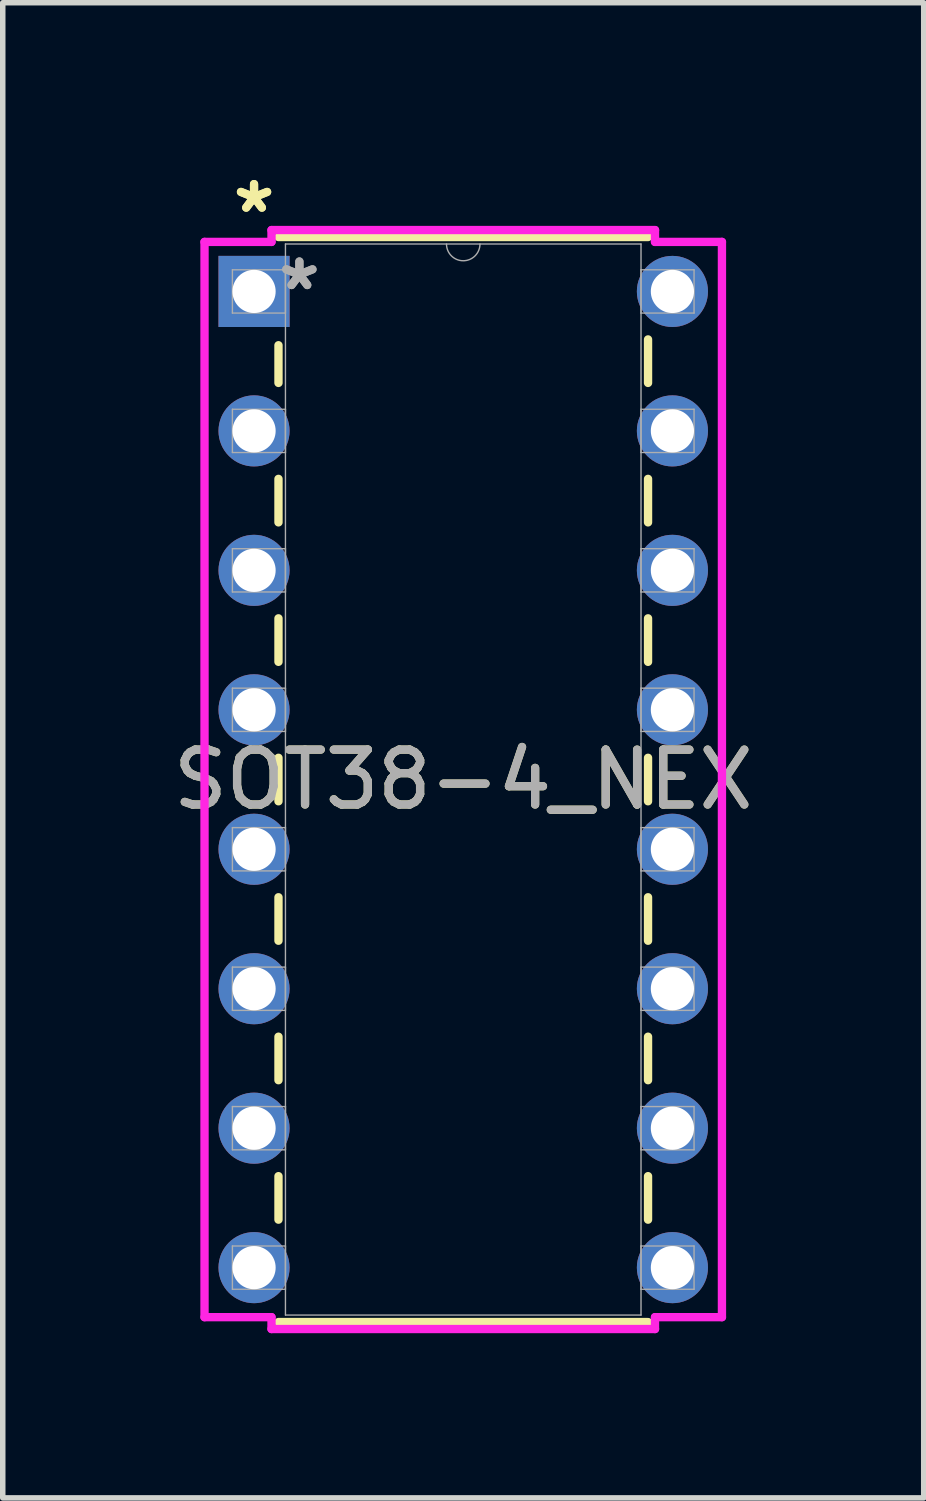
<source format=kicad_pcb>
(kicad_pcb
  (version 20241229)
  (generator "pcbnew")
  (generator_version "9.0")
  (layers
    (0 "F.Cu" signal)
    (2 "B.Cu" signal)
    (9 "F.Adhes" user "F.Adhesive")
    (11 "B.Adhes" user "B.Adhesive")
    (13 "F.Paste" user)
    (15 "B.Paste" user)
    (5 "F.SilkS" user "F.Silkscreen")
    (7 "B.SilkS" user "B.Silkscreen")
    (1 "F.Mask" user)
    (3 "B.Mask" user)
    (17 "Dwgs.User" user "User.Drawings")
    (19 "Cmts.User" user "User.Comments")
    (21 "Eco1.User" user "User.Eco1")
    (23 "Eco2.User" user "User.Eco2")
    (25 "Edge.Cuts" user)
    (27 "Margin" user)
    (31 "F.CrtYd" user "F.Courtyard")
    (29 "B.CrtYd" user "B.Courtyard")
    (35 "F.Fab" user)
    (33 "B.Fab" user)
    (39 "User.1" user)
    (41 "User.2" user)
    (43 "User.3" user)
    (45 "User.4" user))
  (footprint "SOT38-4_NEX"
    (layer "F.Cu")
    (at 1.577 2.258)
    (property "Reference" "SOT38-4_NEX" (at 3.81 8.89 0) (unlocked yes) (layer "F.SilkS") (effects (font (size 1 1) (thickness 0.15))))
    (attr through_hole)
    (fp_line (start 0.445 0.98) (end 0.445 1.666) (stroke (width 0.152) (type solid)) (layer "F.SilkS"))
    (fp_line (start 0.445 3.414) (end 0.445 4.206) (stroke (width 0.152) (type solid)) (layer "F.SilkS"))
    (fp_line (start 0.445 5.954) (end 0.445 6.746) (stroke (width 0.152) (type solid)) (layer "F.SilkS"))
    (fp_line (start 0.445 8.494) (end 0.445 9.286) (stroke (width 0.152) (type solid)) (layer "F.SilkS"))
    (fp_line (start 0.445 11.034) (end 0.445 11.826) (stroke (width 0.152) (type solid)) (layer "F.SilkS"))
    (fp_line (start 0.445 13.574) (end 0.445 14.366) (stroke (width 0.152) (type solid)) (layer "F.SilkS"))
    (fp_line (start 0.445 16.114) (end 0.445 16.906) (stroke (width 0.152) (type solid)) (layer "F.SilkS"))
    (fp_line (start 0.445 18.771) (end 7.176 18.771) (stroke (width 0.152) (type solid)) (layer "F.SilkS"))
    (fp_line (start 7.176 -0.991) (end 0.445 -0.991) (stroke (width 0.152) (type solid)) (layer "F.SilkS"))
    (fp_line (start 7.176 1.666) (end 7.176 0.874) (stroke (width 0.152) (type solid)) (layer "F.SilkS"))
    (fp_line (start 7.176 4.206) (end 7.176 3.414) (stroke (width 0.152) (type solid)) (layer "F.SilkS"))
    (fp_line (start 7.176 6.746) (end 7.176 5.954) (stroke (width 0.152) (type solid)) (layer "F.SilkS"))
    (fp_line (start 7.176 9.286) (end 7.176 8.494) (stroke (width 0.152) (type solid)) (layer "F.SilkS"))
    (fp_line (start 7.176 11.826) (end 7.176 11.034) (stroke (width 0.152) (type solid)) (layer "F.SilkS"))
    (fp_line (start 7.176 14.366) (end 7.176 13.574) (stroke (width 0.152) (type solid)) (layer "F.SilkS"))
    (fp_line (start 7.176 16.906) (end 7.176 16.114) (stroke (width 0.152) (type solid)) (layer "F.SilkS"))
    (fp_line (start -0.902 -0.902) (end 0.318 -0.902) (stroke (width 0.152) (type solid)) (layer "F.CrtYd"))
    (fp_line (start -0.902 18.682) (end -0.902 -0.902) (stroke (width 0.152) (type solid)) (layer "F.CrtYd"))
    (fp_line (start 0.318 -1.118) (end 7.303 -1.118) (stroke (width 0.152) (type solid)) (layer "F.CrtYd"))
    (fp_line (start 0.318 -0.902) (end 0.318 -1.118) (stroke (width 0.152) (type solid)) (layer "F.CrtYd"))
    (fp_line (start 0.318 18.682) (end -0.902 18.682) (stroke (width 0.152) (type solid)) (layer "F.CrtYd"))
    (fp_line (start 0.318 18.898) (end 0.318 18.682) (stroke (width 0.152) (type solid)) (layer "F.CrtYd"))
    (fp_line (start 7.303 -1.118) (end 7.303 -0.902) (stroke (width 0.152) (type solid)) (layer "F.CrtYd"))
    (fp_line (start 7.303 18.682) (end 7.303 18.898) (stroke (width 0.152) (type solid)) (layer "F.CrtYd"))
    (fp_line (start 7.303 18.898) (end 0.318 18.898) (stroke (width 0.152) (type solid)) (layer "F.CrtYd"))
    (fp_line (start 8.522 -0.902) (end 7.303 -0.902) (stroke (width 0.152) (type solid)) (layer "F.CrtYd"))
    (fp_line (start 8.522 -0.902) (end 8.522 18.682) (stroke (width 0.152) (type solid)) (layer "F.CrtYd"))
    (fp_line (start 8.522 18.682) (end 7.303 18.682) (stroke (width 0.152) (type solid)) (layer "F.CrtYd"))
    (fp_line (start -0.394 -0.394) (end -0.394 0.394) (stroke (width 0.025) (type solid)) (layer "F.Fab"))
    (fp_line (start -0.394 0.394) (end 0.572 0.394) (stroke (width 0.025) (type solid)) (layer "F.Fab"))
    (fp_line (start -0.394 2.146) (end -0.394 2.934) (stroke (width 0.025) (type solid)) (layer "F.Fab"))
    (fp_line (start -0.394 2.934) (end 0.572 2.934) (stroke (width 0.025) (type solid)) (layer "F.Fab"))
    (fp_line (start -0.394 4.686) (end -0.394 5.474) (stroke (width 0.025) (type solid)) (layer "F.Fab"))
    (fp_line (start -0.394 5.474) (end 0.572 5.474) (stroke (width 0.025) (type solid)) (layer "F.Fab"))
    (fp_line (start -0.394 7.226) (end -0.394 8.014) (stroke (width 0.025) (type solid)) (layer "F.Fab"))
    (fp_line (start -0.394 8.014) (end 0.572 8.014) (stroke (width 0.025) (type solid)) (layer "F.Fab"))
    (fp_line (start -0.394 9.766) (end -0.394 10.554) (stroke (width 0.025) (type solid)) (layer "F.Fab"))
    (fp_line (start -0.394 10.554) (end 0.572 10.554) (stroke (width 0.025) (type solid)) (layer "F.Fab"))
    (fp_line (start -0.394 12.306) (end -0.394 13.094) (stroke (width 0.025) (type solid)) (layer "F.Fab"))
    (fp_line (start -0.394 13.094) (end 0.572 13.094) (stroke (width 0.025) (type solid)) (layer "F.Fab"))
    (fp_line (start -0.394 14.846) (end -0.394 15.634) (stroke (width 0.025) (type solid)) (layer "F.Fab"))
    (fp_line (start -0.394 15.634) (end 0.572 15.634) (stroke (width 0.025) (type solid)) (layer "F.Fab"))
    (fp_line (start -0.394 17.386) (end -0.394 18.174) (stroke (width 0.025) (type solid)) (layer "F.Fab"))
    (fp_line (start -0.394 18.174) (end 0.572 18.174) (stroke (width 0.025) (type solid)) (layer "F.Fab"))
    (fp_line (start 0.572 -0.864) (end 0.572 18.644) (stroke (width 0.025) (type solid)) (layer "F.Fab"))
    (fp_line (start 0.572 -0.394) (end -0.394 -0.394) (stroke (width 0.025) (type solid)) (layer "F.Fab"))
    (fp_line (start 0.572 0.394) (end 0.572 -0.394) (stroke (width 0.025) (type solid)) (layer "F.Fab"))
    (fp_line (start 0.572 2.146) (end -0.394 2.146) (stroke (width 0.025) (type solid)) (layer "F.Fab"))
    (fp_line (start 0.572 2.934) (end 0.572 2.146) (stroke (width 0.025) (type solid)) (layer "F.Fab"))
    (fp_line (start 0.572 4.686) (end -0.394 4.686) (stroke (width 0.025) (type solid)) (layer "F.Fab"))
    (fp_line (start 0.572 5.474) (end 0.572 4.686) (stroke (width 0.025) (type solid)) (layer "F.Fab"))
    (fp_line (start 0.572 7.226) (end -0.394 7.226) (stroke (width 0.025) (type solid)) (layer "F.Fab"))
    (fp_line (start 0.572 8.014) (end 0.572 7.226) (stroke (width 0.025) (type solid)) (layer "F.Fab"))
    (fp_line (start 0.572 9.766) (end -0.394 9.766) (stroke (width 0.025) (type solid)) (layer "F.Fab"))
    (fp_line (start 0.572 10.554) (end 0.572 9.766) (stroke (width 0.025) (type solid)) (layer "F.Fab"))
    (fp_line (start 0.572 12.306) (end -0.394 12.306) (stroke (width 0.025) (type solid)) (layer "F.Fab"))
    (fp_line (start 0.572 13.094) (end 0.572 12.306) (stroke (width 0.025) (type solid)) (layer "F.Fab"))
    (fp_line (start 0.572 14.846) (end -0.394 14.846) (stroke (width 0.025) (type solid)) (layer "F.Fab"))
    (fp_line (start 0.572 15.634) (end 0.572 14.846) (stroke (width 0.025) (type solid)) (layer "F.Fab"))
    (fp_line (start 0.572 17.386) (end -0.394 17.386) (stroke (width 0.025) (type solid)) (layer "F.Fab"))
    (fp_line (start 0.572 18.174) (end 0.572 17.386) (stroke (width 0.025) (type solid)) (layer "F.Fab"))
    (fp_line (start 0.572 18.644) (end 7.048 18.644) (stroke (width 0.025) (type solid)) (layer "F.Fab"))
    (fp_line (start 7.048 -0.864) (end 0.572 -0.864) (stroke (width 0.025) (type solid)) (layer "F.Fab"))
    (fp_line (start 7.048 -0.394) (end 7.048 0.394) (stroke (width 0.025) (type solid)) (layer "F.Fab"))
    (fp_line (start 7.048 0.394) (end 8.014 0.394) (stroke (width 0.025) (type solid)) (layer "F.Fab"))
    (fp_line (start 7.048 2.146) (end 7.048 2.934) (stroke (width 0.025) (type solid)) (layer "F.Fab"))
    (fp_line (start 7.048 2.934) (end 8.014 2.934) (stroke (width 0.025) (type solid)) (layer "F.Fab"))
    (fp_line (start 7.048 4.686) (end 7.048 5.474) (stroke (width 0.025) (type solid)) (layer "F.Fab"))
    (fp_line (start 7.048 5.474) (end 8.014 5.474) (stroke (width 0.025) (type solid)) (layer "F.Fab"))
    (fp_line (start 7.048 7.226) (end 7.048 8.014) (stroke (width 0.025) (type solid)) (layer "F.Fab"))
    (fp_line (start 7.048 8.014) (end 8.014 8.014) (stroke (width 0.025) (type solid)) (layer "F.Fab"))
    (fp_line (start 7.048 9.766) (end 7.048 10.554) (stroke (width 0.025) (type solid)) (layer "F.Fab"))
    (fp_line (start 7.048 10.554) (end 8.014 10.554) (stroke (width 0.025) (type solid)) (layer "F.Fab"))
    (fp_line (start 7.048 12.306) (end 7.048 13.094) (stroke (width 0.025) (type solid)) (layer "F.Fab"))
    (fp_line (start 7.048 13.094) (end 8.014 13.094) (stroke (width 0.025) (type solid)) (layer "F.Fab"))
    (fp_line (start 7.048 14.846) (end 7.048 15.634) (stroke (width 0.025) (type solid)) (layer "F.Fab"))
    (fp_line (start 7.048 15.634) (end 8.014 15.634) (stroke (width 0.025) (type solid)) (layer "F.Fab"))
    (fp_line (start 7.048 17.386) (end 7.048 18.174) (stroke (width 0.025) (type solid)) (layer "F.Fab"))
    (fp_line (start 7.048 18.174) (end 8.014 18.174) (stroke (width 0.025) (type solid)) (layer "F.Fab"))
    (fp_line (start 7.048 18.644) (end 7.048 -0.864) (stroke (width 0.025) (type solid)) (layer "F.Fab"))
    (fp_line (start 8.014 -0.394) (end 7.048 -0.394) (stroke (width 0.025) (type solid)) (layer "F.Fab"))
    (fp_line (start 8.014 0.394) (end 8.014 -0.394) (stroke (width 0.025) (type solid)) (layer "F.Fab"))
    (fp_line (start 8.014 2.146) (end 7.048 2.146) (stroke (width 0.025) (type solid)) (layer "F.Fab"))
    (fp_line (start 8.014 2.934) (end 8.014 2.146) (stroke (width 0.025) (type solid)) (layer "F.Fab"))
    (fp_line (start 8.014 4.686) (end 7.048 4.686) (stroke (width 0.025) (type solid)) (layer "F.Fab"))
    (fp_line (start 8.014 5.474) (end 8.014 4.686) (stroke (width 0.025) (type solid)) (layer "F.Fab"))
    (fp_line (start 8.014 7.226) (end 7.048 7.226) (stroke (width 0.025) (type solid)) (layer "F.Fab"))
    (fp_line (start 8.014 8.014) (end 8.014 7.226) (stroke (width 0.025) (type solid)) (layer "F.Fab"))
    (fp_line (start 8.014 9.766) (end 7.048 9.766) (stroke (width 0.025) (type solid)) (layer "F.Fab"))
    (fp_line (start 8.014 10.554) (end 8.014 9.766) (stroke (width 0.025) (type solid)) (layer "F.Fab"))
    (fp_line (start 8.014 12.306) (end 7.048 12.306) (stroke (width 0.025) (type solid)) (layer "F.Fab"))
    (fp_line (start 8.014 13.094) (end 8.014 12.306) (stroke (width 0.025) (type solid)) (layer "F.Fab"))
    (fp_line (start 8.014 14.846) (end 7.048 14.846) (stroke (width 0.025) (type solid)) (layer "F.Fab"))
    (fp_line (start 8.014 15.634) (end 8.014 14.846) (stroke (width 0.025) (type solid)) (layer "F.Fab"))
    (fp_line (start 8.014 17.386) (end 7.048 17.386) (stroke (width 0.025) (type solid)) (layer "F.Fab"))
    (fp_line (start 8.014 18.174) (end 8.014 17.386) (stroke (width 0.025) (type solid)) (layer "F.Fab"))
    (fp_arc (start 4.1148 -0.8636) (mid 3.81 -0.5588) (end 3.5052 -0.8636) (stroke (width 0.0254) (type solid)) (layer "F.Fab"))
    (fp_text user "*" (at 0 -1.41 0) (layer "F.SilkS") (effects (font (size 1 1) (thickness 0.15))))
    (fp_text user "*" (at 0 -1.41 0) (unlocked yes) (layer "F.SilkS") (effects (font (size 1 1) (thickness 0.15))))
    (fp_text user "*" (at 0.826 0 0) (unlocked yes) (layer "F.Fab") (effects (font (size 1 1) (thickness 0.15))))
    (fp_text user "*" (at 0.826 0 0) (layer "F.Fab") (effects (font (size 1 1) (thickness 0.15))))
    (fp_text user "${REFERENCE}" (at 3.81 8.89 0) (unlocked yes) (layer "F.Fab") (effects (font (size 1 1) (thickness 0.15))))
    (pad "1" thru_hole rect (at 0 0) (size 1.295 1.295) (drill 0.787) (layers "*.Cu" "*.Mask"))
    (pad "2" thru_hole circle (at 0 2.54) (size 1.295 1.295) (drill 0.787) (layers "*.Cu" "*.Mask"))
    (pad "3" thru_hole circle (at 0 5.08) (size 1.295 1.295) (drill 0.787) (layers "*.Cu" "*.Mask"))
    (pad "4" thru_hole circle (at 0 7.62) (size 1.295 1.295) (drill 0.787) (layers "*.Cu" "*.Mask"))
    (pad "5" thru_hole circle (at 0 10.16) (size 1.295 1.295) (drill 0.787) (layers "*.Cu" "*.Mask"))
    (pad "6" thru_hole circle (at 0 12.7) (size 1.295 1.295) (drill 0.787) (layers "*.Cu" "*.Mask"))
    (pad "7" thru_hole circle (at 0 15.24) (size 1.295 1.295) (drill 0.787) (layers "*.Cu" "*.Mask"))
    (pad "8" thru_hole circle (at 0 17.78) (size 1.295 1.295) (drill 0.787) (layers "*.Cu" "*.Mask"))
    (pad "9" thru_hole circle (at 7.62 17.78) (size 1.295 1.295) (drill 0.787) (layers "*.Cu" "*.Mask"))
    (pad "10" thru_hole circle (at 7.62 15.24) (size 1.295 1.295) (drill 0.787) (layers "*.Cu" "*.Mask"))
    (pad "11" thru_hole circle (at 7.62 12.7) (size 1.295 1.295) (drill 0.787) (layers "*.Cu" "*.Mask"))
    (pad "12" thru_hole circle (at 7.62 10.16) (size 1.295 1.295) (drill 0.787) (layers "*.Cu" "*.Mask"))
    (pad "13" thru_hole circle (at 7.62 7.62) (size 1.295 1.295) (drill 0.787) (layers "*.Cu" "*.Mask"))
    (pad "14" thru_hole circle (at 7.62 5.08) (size 1.295 1.295) (drill 0.787) (layers "*.Cu" "*.Mask"))
    (pad "15" thru_hole circle (at 7.62 2.54) (size 1.295 1.295) (drill 0.787) (layers "*.Cu" "*.Mask"))
    (pad "16" thru_hole circle (at 7.62 0) (size 1.295 1.295) (drill 0.787) (layers "*.Cu" "*.Mask")))
  (gr_rect
    (start -3 -3)
    (end 13.774 24.232)
    (stroke (width 0.1) (type default))
    (fill no)
    (layer "Edge.Cuts")))
</source>
